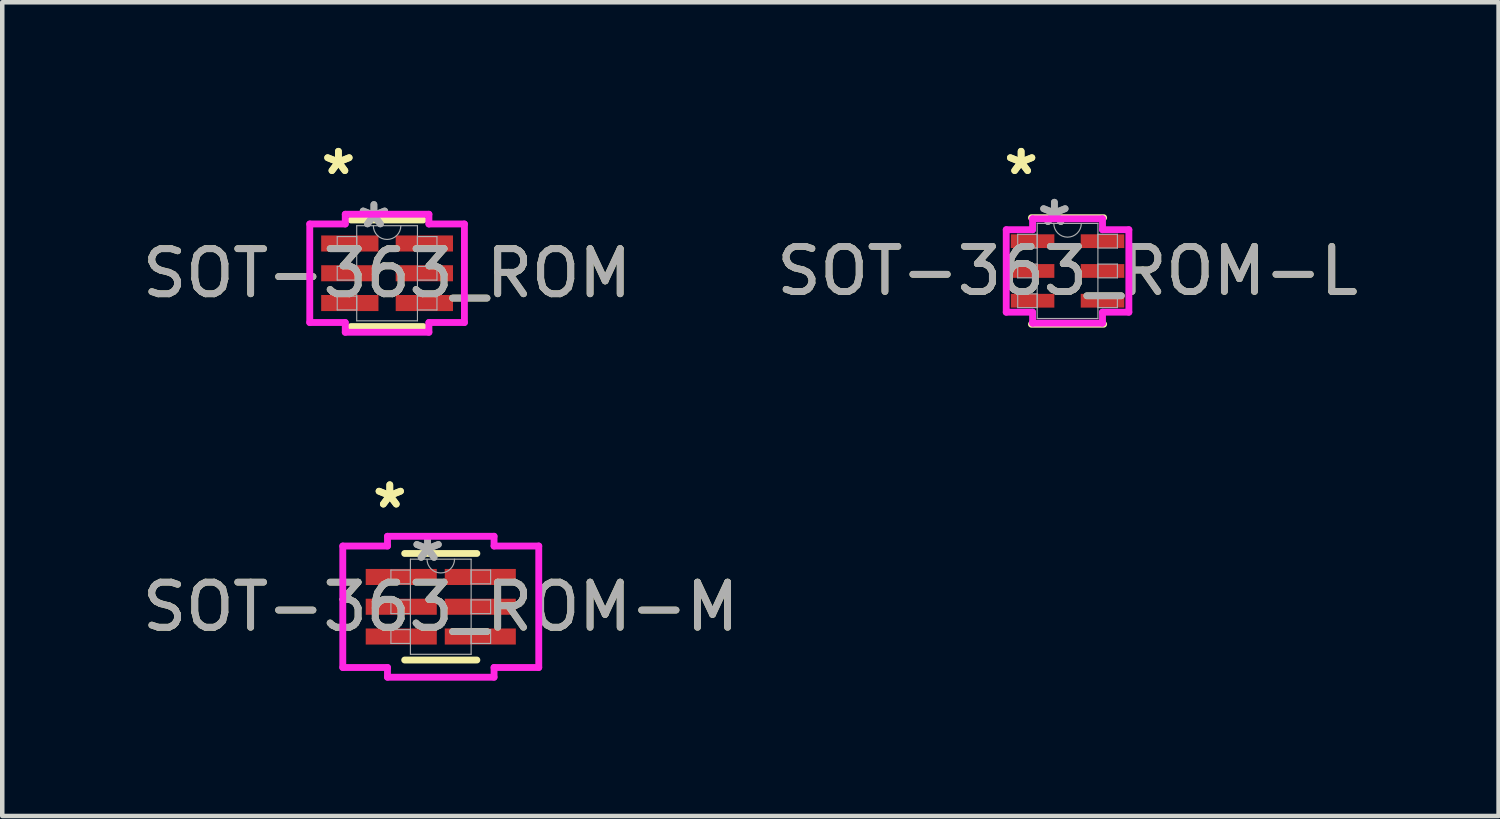
<source format=kicad_pcb>
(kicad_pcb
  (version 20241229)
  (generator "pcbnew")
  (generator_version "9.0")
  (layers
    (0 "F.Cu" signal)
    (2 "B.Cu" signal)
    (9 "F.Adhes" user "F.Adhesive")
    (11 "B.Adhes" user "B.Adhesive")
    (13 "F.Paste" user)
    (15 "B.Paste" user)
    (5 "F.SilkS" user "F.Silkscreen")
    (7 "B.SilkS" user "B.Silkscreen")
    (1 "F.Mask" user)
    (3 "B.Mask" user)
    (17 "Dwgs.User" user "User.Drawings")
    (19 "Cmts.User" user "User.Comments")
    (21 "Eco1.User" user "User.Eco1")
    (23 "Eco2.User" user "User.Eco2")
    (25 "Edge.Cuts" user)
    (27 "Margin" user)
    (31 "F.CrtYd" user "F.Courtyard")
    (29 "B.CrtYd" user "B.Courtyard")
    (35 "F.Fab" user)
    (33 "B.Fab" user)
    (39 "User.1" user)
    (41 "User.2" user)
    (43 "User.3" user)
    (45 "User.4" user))
  (footprint "SOT-363_ROM-L"
    (layer "F.Cu")
    (at 20.613 2.956)
    (property "Reference" "SOT-363_ROM-L" (at 0 0 0) (unlocked yes) (layer "F.SilkS") (effects (font (size 1 1) (thickness 0.15))))
    (attr smd)
    (fp_line (start -0.8 1.181) (end 0.8 1.181) (stroke (width 0.152) (type solid)) (layer "F.SilkS"))
    (fp_line (start 0.8 -1.181) (end -0.8 -1.181) (stroke (width 0.152) (type solid)) (layer "F.SilkS"))
    (fp_line (start -1.359 -0.914) (end -0.775 -0.914) (stroke (width 0.152) (type solid)) (layer "F.CrtYd"))
    (fp_line (start -1.359 0.914) (end -1.359 -0.914) (stroke (width 0.152) (type solid)) (layer "F.CrtYd"))
    (fp_line (start -1.359 0.914) (end -0.775 0.914) (stroke (width 0.152) (type solid)) (layer "F.CrtYd"))
    (fp_line (start -0.775 -1.156) (end 0.775 -1.156) (stroke (width 0.152) (type solid)) (layer "F.CrtYd"))
    (fp_line (start -0.775 -0.914) (end -0.775 -1.156) (stroke (width 0.152) (type solid)) (layer "F.CrtYd"))
    (fp_line (start -0.775 1.156) (end -0.775 0.914) (stroke (width 0.152) (type solid)) (layer "F.CrtYd"))
    (fp_line (start 0.775 -1.156) (end 0.775 -0.914) (stroke (width 0.152) (type solid)) (layer "F.CrtYd"))
    (fp_line (start 0.775 0.914) (end 0.775 1.156) (stroke (width 0.152) (type solid)) (layer "F.CrtYd"))
    (fp_line (start 0.775 1.156) (end -0.775 1.156) (stroke (width 0.152) (type solid)) (layer "F.CrtYd"))
    (fp_line (start 1.359 -0.914) (end 0.775 -0.914) (stroke (width 0.152) (type solid)) (layer "F.CrtYd"))
    (fp_line (start 1.359 -0.914) (end 1.359 0.914) (stroke (width 0.152) (type solid)) (layer "F.CrtYd"))
    (fp_line (start 1.359 0.914) (end 0.775 0.914) (stroke (width 0.152) (type solid)) (layer "F.CrtYd"))
    (fp_line (start -1.105 -0.813) (end -1.105 -0.508) (stroke (width 0.025) (type solid)) (layer "F.Fab"))
    (fp_line (start -1.105 -0.508) (end -0.673 -0.508) (stroke (width 0.025) (type solid)) (layer "F.Fab"))
    (fp_line (start -1.105 -0.152) (end -1.105 0.152) (stroke (width 0.025) (type solid)) (layer "F.Fab"))
    (fp_line (start -1.105 0.152) (end -0.673 0.152) (stroke (width 0.025) (type solid)) (layer "F.Fab"))
    (fp_line (start -1.105 0.508) (end -1.105 0.813) (stroke (width 0.025) (type solid)) (layer "F.Fab"))
    (fp_line (start -1.105 0.813) (end -0.673 0.813) (stroke (width 0.025) (type solid)) (layer "F.Fab"))
    (fp_line (start -0.673 -1.054) (end -0.673 1.054) (stroke (width 0.025) (type solid)) (layer "F.Fab"))
    (fp_line (start -0.673 -0.813) (end -1.105 -0.813) (stroke (width 0.025) (type solid)) (layer "F.Fab"))
    (fp_line (start -0.673 -0.508) (end -0.673 -0.813) (stroke (width 0.025) (type solid)) (layer "F.Fab"))
    (fp_line (start -0.673 -0.152) (end -1.105 -0.152) (stroke (width 0.025) (type solid)) (layer "F.Fab"))
    (fp_line (start -0.673 0.152) (end -0.673 -0.152) (stroke (width 0.025) (type solid)) (layer "F.Fab"))
    (fp_line (start -0.673 0.508) (end -1.105 0.508) (stroke (width 0.025) (type solid)) (layer "F.Fab"))
    (fp_line (start -0.673 0.813) (end -0.673 0.508) (stroke (width 0.025) (type solid)) (layer "F.Fab"))
    (fp_line (start -0.673 1.054) (end 0.673 1.054) (stroke (width 0.025) (type solid)) (layer "F.Fab"))
    (fp_line (start 0.673 -1.054) (end -0.673 -1.054) (stroke (width 0.025) (type solid)) (layer "F.Fab"))
    (fp_line (start 0.673 -0.813) (end 0.673 -0.508) (stroke (width 0.025) (type solid)) (layer "F.Fab"))
    (fp_line (start 0.673 -0.508) (end 1.105 -0.508) (stroke (width 0.025) (type solid)) (layer "F.Fab"))
    (fp_line (start 0.673 -0.152) (end 0.673 0.152) (stroke (width 0.025) (type solid)) (layer "F.Fab"))
    (fp_line (start 0.673 0.152) (end 1.105 0.152) (stroke (width 0.025) (type solid)) (layer "F.Fab"))
    (fp_line (start 0.673 0.508) (end 0.673 0.813) (stroke (width 0.025) (type solid)) (layer "F.Fab"))
    (fp_line (start 0.673 0.813) (end 1.105 0.813) (stroke (width 0.025) (type solid)) (layer "F.Fab"))
    (fp_line (start 0.673 1.054) (end 0.673 -1.054) (stroke (width 0.025) (type solid)) (layer "F.Fab"))
    (fp_line (start 1.105 -0.813) (end 0.673 -0.813) (stroke (width 0.025) (type solid)) (layer "F.Fab"))
    (fp_line (start 1.105 -0.508) (end 1.105 -0.813) (stroke (width 0.025) (type solid)) (layer "F.Fab"))
    (fp_line (start 1.105 -0.152) (end 0.673 -0.152) (stroke (width 0.025) (type solid)) (layer "F.Fab"))
    (fp_line (start 1.105 0.152) (end 1.105 -0.152) (stroke (width 0.025) (type solid)) (layer "F.Fab"))
    (fp_line (start 1.105 0.508) (end 0.673 0.508) (stroke (width 0.025) (type solid)) (layer "F.Fab"))
    (fp_line (start 1.105 0.813) (end 1.105 0.508) (stroke (width 0.025) (type solid)) (layer "F.Fab"))
    (fp_arc (start 0.3048 -1.0541) (mid 0 -0.7493) (end -0.3048 -1.0541) (stroke (width 0.0254) (type solid)) (layer "F.Fab"))
    (fp_text user "*" (at -1.029 -2.108 0) (unlocked yes) (layer "F.SilkS") (effects (font (size 1 1) (thickness 0.15))))
    (fp_text user "*" (at -1.029 -2.108 0) (layer "F.SilkS") (effects (font (size 1 1) (thickness 0.15))))
    (fp_text user "${REFERENCE}" (at 0 0 0) (unlocked yes) (layer "F.Fab") (effects (font (size 1 1) (thickness 0.15))))
    (fp_text user "*" (at -0.292 -0.978 0) (unlocked yes) (layer "F.Fab") (effects (font (size 1 1) (thickness 0.15))))
    (fp_text user "*" (at -0.292 -0.978 0) (layer "F.Fab") (effects (font (size 1 1) (thickness 0.15))))
    (pad "1" smd rect (at -0.775 -0.66) (size 0.965 0.305) (layers "F.Cu" "F.Mask" "F.Paste"))
    (pad "2" smd rect (at -0.775 0) (size 0.965 0.305) (layers "F.Cu" "F.Mask" "F.Paste"))
    (pad "3" smd rect (at -0.775 0.66) (size 0.965 0.305) (layers "F.Cu" "F.Mask" "F.Paste"))
    (pad "4" smd rect (at 0.775 0.66) (size 0.965 0.305) (layers "F.Cu" "F.Mask" "F.Paste"))
    (pad "5" smd rect (at 0.775 0) (size 0.965 0.305) (layers "F.Cu" "F.Mask" "F.Paste"))
    (pad "6" smd rect (at 0.775 -0.66) (size 0.965 0.305) (layers "F.Cu" "F.Mask" "F.Paste")))
  (footprint "SOT-363_ROM-M"
    (layer "F.Cu")
    (at 6.72 10.399)
    (property "Reference" "SOT-363_ROM-M" (at 0 0 0) (unlocked yes) (layer "F.SilkS") (effects (font (size 1 1) (thickness 0.15))))
    (attr smd)
    (fp_line (start -0.8 1.181) (end 0.8 1.181) (stroke (width 0.152) (type solid)) (layer "F.SilkS"))
    (fp_line (start 0.8 -1.181) (end -0.8 -1.181) (stroke (width 0.152) (type solid)) (layer "F.SilkS"))
    (fp_line (start -2.172 -1.346) (end -1.181 -1.346) (stroke (width 0.152) (type solid)) (layer "F.CrtYd"))
    (fp_line (start -2.172 1.346) (end -2.172 -1.346) (stroke (width 0.152) (type solid)) (layer "F.CrtYd"))
    (fp_line (start -2.172 1.346) (end -1.181 1.346) (stroke (width 0.152) (type solid)) (layer "F.CrtYd"))
    (fp_line (start -1.181 -1.562) (end 1.181 -1.562) (stroke (width 0.152) (type solid)) (layer "F.CrtYd"))
    (fp_line (start -1.181 -1.346) (end -1.181 -1.562) (stroke (width 0.152) (type solid)) (layer "F.CrtYd"))
    (fp_line (start -1.181 1.562) (end -1.181 1.346) (stroke (width 0.152) (type solid)) (layer "F.CrtYd"))
    (fp_line (start 1.181 -1.562) (end 1.181 -1.346) (stroke (width 0.152) (type solid)) (layer "F.CrtYd"))
    (fp_line (start 1.181 1.346) (end 1.181 1.562) (stroke (width 0.152) (type solid)) (layer "F.CrtYd"))
    (fp_line (start 1.181 1.562) (end -1.181 1.562) (stroke (width 0.152) (type solid)) (layer "F.CrtYd"))
    (fp_line (start 2.172 -1.346) (end 1.181 -1.346) (stroke (width 0.152) (type solid)) (layer "F.CrtYd"))
    (fp_line (start 2.172 -1.346) (end 2.172 1.346) (stroke (width 0.152) (type solid)) (layer "F.CrtYd"))
    (fp_line (start 2.172 1.346) (end 1.181 1.346) (stroke (width 0.152) (type solid)) (layer "F.CrtYd"))
    (fp_line (start -1.105 -0.813) (end -1.105 -0.508) (stroke (width 0.025) (type solid)) (layer "F.Fab"))
    (fp_line (start -1.105 -0.508) (end -0.673 -0.508) (stroke (width 0.025) (type solid)) (layer "F.Fab"))
    (fp_line (start -1.105 -0.152) (end -1.105 0.152) (stroke (width 0.025) (type solid)) (layer "F.Fab"))
    (fp_line (start -1.105 0.152) (end -0.673 0.152) (stroke (width 0.025) (type solid)) (layer "F.Fab"))
    (fp_line (start -1.105 0.508) (end -1.105 0.813) (stroke (width 0.025) (type solid)) (layer "F.Fab"))
    (fp_line (start -1.105 0.813) (end -0.673 0.813) (stroke (width 0.025) (type solid)) (layer "F.Fab"))
    (fp_line (start -0.673 -1.054) (end -0.673 1.054) (stroke (width 0.025) (type solid)) (layer "F.Fab"))
    (fp_line (start -0.673 -0.813) (end -1.105 -0.813) (stroke (width 0.025) (type solid)) (layer "F.Fab"))
    (fp_line (start -0.673 -0.508) (end -0.673 -0.813) (stroke (width 0.025) (type solid)) (layer "F.Fab"))
    (fp_line (start -0.673 -0.152) (end -1.105 -0.152) (stroke (width 0.025) (type solid)) (layer "F.Fab"))
    (fp_line (start -0.673 0.152) (end -0.673 -0.152) (stroke (width 0.025) (type solid)) (layer "F.Fab"))
    (fp_line (start -0.673 0.508) (end -1.105 0.508) (stroke (width 0.025) (type solid)) (layer "F.Fab"))
    (fp_line (start -0.673 0.813) (end -0.673 0.508) (stroke (width 0.025) (type solid)) (layer "F.Fab"))
    (fp_line (start -0.673 1.054) (end 0.673 1.054) (stroke (width 0.025) (type solid)) (layer "F.Fab"))
    (fp_line (start 0.673 -1.054) (end -0.673 -1.054) (stroke (width 0.025) (type solid)) (layer "F.Fab"))
    (fp_line (start 0.673 -0.813) (end 0.673 -0.508) (stroke (width 0.025) (type solid)) (layer "F.Fab"))
    (fp_line (start 0.673 -0.508) (end 1.105 -0.508) (stroke (width 0.025) (type solid)) (layer "F.Fab"))
    (fp_line (start 0.673 -0.152) (end 0.673 0.152) (stroke (width 0.025) (type solid)) (layer "F.Fab"))
    (fp_line (start 0.673 0.152) (end 1.105 0.152) (stroke (width 0.025) (type solid)) (layer "F.Fab"))
    (fp_line (start 0.673 0.508) (end 0.673 0.813) (stroke (width 0.025) (type solid)) (layer "F.Fab"))
    (fp_line (start 0.673 0.813) (end 1.105 0.813) (stroke (width 0.025) (type solid)) (layer "F.Fab"))
    (fp_line (start 0.673 1.054) (end 0.673 -1.054) (stroke (width 0.025) (type solid)) (layer "F.Fab"))
    (fp_line (start 1.105 -0.813) (end 0.673 -0.813) (stroke (width 0.025) (type solid)) (layer "F.Fab"))
    (fp_line (start 1.105 -0.508) (end 1.105 -0.813) (stroke (width 0.025) (type solid)) (layer "F.Fab"))
    (fp_line (start 1.105 -0.152) (end 0.673 -0.152) (stroke (width 0.025) (type solid)) (layer "F.Fab"))
    (fp_line (start 1.105 0.152) (end 1.105 -0.152) (stroke (width 0.025) (type solid)) (layer "F.Fab"))
    (fp_line (start 1.105 0.508) (end 0.673 0.508) (stroke (width 0.025) (type solid)) (layer "F.Fab"))
    (fp_line (start 1.105 0.813) (end 1.105 0.508) (stroke (width 0.025) (type solid)) (layer "F.Fab"))
    (fp_arc (start 0.3048 -1.0541) (mid 0 -0.7493) (end -0.3048 -1.0541) (stroke (width 0.0254) (type solid)) (layer "F.Fab"))
    (fp_text user "*" (at -1.13 -2.159 0) (layer "F.SilkS") (effects (font (size 1 1) (thickness 0.15))))
    (fp_text user "*" (at -1.13 -2.159 0) (unlocked yes) (layer "F.SilkS") (effects (font (size 1 1) (thickness 0.15))))
    (fp_text user "*" (at -0.292 -0.978 0) (unlocked yes) (layer "F.Fab") (effects (font (size 1 1) (thickness 0.15))))
    (fp_text user "*" (at -0.292 -0.978 0) (layer "F.Fab") (effects (font (size 1 1) (thickness 0.15))))
    (fp_text user "${REFERENCE}" (at 0 0 0) (unlocked yes) (layer "F.Fab") (effects (font (size 1 1) (thickness 0.15))))
    (pad "1" smd rect (at -0.876 -0.66) (size 1.575 0.356) (layers "F.Cu" "F.Mask" "F.Paste"))
    (pad "2" smd rect (at -0.876 0) (size 1.575 0.356) (layers "F.Cu" "F.Mask" "F.Paste"))
    (pad "3" smd rect (at -0.876 0.66) (size 1.575 0.356) (layers "F.Cu" "F.Mask" "F.Paste"))
    (pad "4" smd rect (at 0.876 0.66) (size 1.575 0.356) (layers "F.Cu" "F.Mask" "F.Paste"))
    (pad "5" smd rect (at 0.876 0) (size 1.575 0.356) (layers "F.Cu" "F.Mask" "F.Paste"))
    (pad "6" smd rect (at 0.876 -0.66) (size 1.575 0.356) (layers "F.Cu" "F.Mask" "F.Paste")))
  (footprint "SOT-363_ROM"
    (layer "F.Cu")
    (at 5.53 3.007)
    (property "Reference" "SOT-363_ROM" (at 0 0 0) (unlocked yes) (layer "F.SilkS") (effects (font (size 1 1) (thickness 0.15))))
    (attr smd)
    (fp_line (start -0.8 1.181) (end 0.8 1.181) (stroke (width 0.152) (type solid)) (layer "F.SilkS"))
    (fp_line (start 0.8 -1.181) (end -0.8 -1.181) (stroke (width 0.152) (type solid)) (layer "F.SilkS"))
    (fp_line (start -1.714 -1.092) (end -0.927 -1.092) (stroke (width 0.152) (type solid)) (layer "F.CrtYd"))
    (fp_line (start -1.714 1.092) (end -1.714 -1.092) (stroke (width 0.152) (type solid)) (layer "F.CrtYd"))
    (fp_line (start -1.714 1.092) (end -0.927 1.092) (stroke (width 0.152) (type solid)) (layer "F.CrtYd"))
    (fp_line (start -0.927 -1.308) (end 0.927 -1.308) (stroke (width 0.152) (type solid)) (layer "F.CrtYd"))
    (fp_line (start -0.927 -1.092) (end -0.927 -1.308) (stroke (width 0.152) (type solid)) (layer "F.CrtYd"))
    (fp_line (start -0.927 1.308) (end -0.927 1.092) (stroke (width 0.152) (type solid)) (layer "F.CrtYd"))
    (fp_line (start 0.927 -1.308) (end 0.927 -1.092) (stroke (width 0.152) (type solid)) (layer "F.CrtYd"))
    (fp_line (start 0.927 1.092) (end 0.927 1.308) (stroke (width 0.152) (type solid)) (layer "F.CrtYd"))
    (fp_line (start 0.927 1.308) (end -0.927 1.308) (stroke (width 0.152) (type solid)) (layer "F.CrtYd"))
    (fp_line (start 1.714 -1.092) (end 0.927 -1.092) (stroke (width 0.152) (type solid)) (layer "F.CrtYd"))
    (fp_line (start 1.714 -1.092) (end 1.714 1.092) (stroke (width 0.152) (type solid)) (layer "F.CrtYd"))
    (fp_line (start 1.714 1.092) (end 0.927 1.092) (stroke (width 0.152) (type solid)) (layer "F.CrtYd"))
    (fp_line (start -1.105 -0.813) (end -1.105 -0.508) (stroke (width 0.025) (type solid)) (layer "F.Fab"))
    (fp_line (start -1.105 -0.508) (end -0.673 -0.508) (stroke (width 0.025) (type solid)) (layer "F.Fab"))
    (fp_line (start -1.105 -0.152) (end -1.105 0.152) (stroke (width 0.025) (type solid)) (layer "F.Fab"))
    (fp_line (start -1.105 0.152) (end -0.673 0.152) (stroke (width 0.025) (type solid)) (layer "F.Fab"))
    (fp_line (start -1.105 0.508) (end -1.105 0.813) (stroke (width 0.025) (type solid)) (layer "F.Fab"))
    (fp_line (start -1.105 0.813) (end -0.673 0.813) (stroke (width 0.025) (type solid)) (layer "F.Fab"))
    (fp_line (start -0.673 -1.054) (end -0.673 1.054) (stroke (width 0.025) (type solid)) (layer "F.Fab"))
    (fp_line (start -0.673 -0.813) (end -1.105 -0.813) (stroke (width 0.025) (type solid)) (layer "F.Fab"))
    (fp_line (start -0.673 -0.508) (end -0.673 -0.813) (stroke (width 0.025) (type solid)) (layer "F.Fab"))
    (fp_line (start -0.673 -0.152) (end -1.105 -0.152) (stroke (width 0.025) (type solid)) (layer "F.Fab"))
    (fp_line (start -0.673 0.152) (end -0.673 -0.152) (stroke (width 0.025) (type solid)) (layer "F.Fab"))
    (fp_line (start -0.673 0.508) (end -1.105 0.508) (stroke (width 0.025) (type solid)) (layer "F.Fab"))
    (fp_line (start -0.673 0.813) (end -0.673 0.508) (stroke (width 0.025) (type solid)) (layer "F.Fab"))
    (fp_line (start -0.673 1.054) (end 0.673 1.054) (stroke (width 0.025) (type solid)) (layer "F.Fab"))
    (fp_line (start 0.673 -1.054) (end -0.673 -1.054) (stroke (width 0.025) (type solid)) (layer "F.Fab"))
    (fp_line (start 0.673 -0.813) (end 0.673 -0.508) (stroke (width 0.025) (type solid)) (layer "F.Fab"))
    (fp_line (start 0.673 -0.508) (end 1.105 -0.508) (stroke (width 0.025) (type solid)) (layer "F.Fab"))
    (fp_line (start 0.673 -0.152) (end 0.673 0.152) (stroke (width 0.025) (type solid)) (layer "F.Fab"))
    (fp_line (start 0.673 0.152) (end 1.105 0.152) (stroke (width 0.025) (type solid)) (layer "F.Fab"))
    (fp_line (start 0.673 0.508) (end 0.673 0.813) (stroke (width 0.025) (type solid)) (layer "F.Fab"))
    (fp_line (start 0.673 0.813) (end 1.105 0.813) (stroke (width 0.025) (type solid)) (layer "F.Fab"))
    (fp_line (start 0.673 1.054) (end 0.673 -1.054) (stroke (width 0.025) (type solid)) (layer "F.Fab"))
    (fp_line (start 1.105 -0.813) (end 0.673 -0.813) (stroke (width 0.025) (type solid)) (layer "F.Fab"))
    (fp_line (start 1.105 -0.508) (end 1.105 -0.813) (stroke (width 0.025) (type solid)) (layer "F.Fab"))
    (fp_line (start 1.105 -0.152) (end 0.673 -0.152) (stroke (width 0.025) (type solid)) (layer "F.Fab"))
    (fp_line (start 1.105 0.152) (end 1.105 -0.152) (stroke (width 0.025) (type solid)) (layer "F.Fab"))
    (fp_line (start 1.105 0.508) (end 0.673 0.508) (stroke (width 0.025) (type solid)) (layer "F.Fab"))
    (fp_line (start 1.105 0.813) (end 1.105 0.508) (stroke (width 0.025) (type solid)) (layer "F.Fab"))
    (fp_arc (start 0.3048 -1.0541) (mid 0 -0.7493) (end -0.3048 -1.0541) (stroke (width 0.0254) (type solid)) (layer "F.Fab"))
    (fp_text user "*" (at -1.079 -2.159 0) (layer "F.SilkS") (effects (font (size 1 1) (thickness 0.15))))
    (fp_text user "*" (at -1.079 -2.159 0) (unlocked yes) (layer "F.SilkS") (effects (font (size 1 1) (thickness 0.15))))
    (fp_text user "*" (at -0.292 -0.978 0) (unlocked yes) (layer "F.Fab") (effects (font (size 1 1) (thickness 0.15))))
    (fp_text user "${REFERENCE}" (at 0 0 0) (unlocked yes) (layer "F.Fab") (effects (font (size 1 1) (thickness 0.15))))
    (fp_text user "*" (at -0.292 -0.978 0) (layer "F.Fab") (effects (font (size 1 1) (thickness 0.15))))
    (pad "1" smd rect (at -0.826 -0.66) (size 1.27 0.356) (layers "F.Cu" "F.Mask" "F.Paste"))
    (pad "2" smd rect (at -0.826 0) (size 1.27 0.356) (layers "F.Cu" "F.Mask" "F.Paste"))
    (pad "3" smd rect (at -0.826 0.66) (size 1.27 0.356) (layers "F.Cu" "F.Mask" "F.Paste"))
    (pad "4" smd rect (at 0.826 0.66) (size 1.27 0.356) (layers "F.Cu" "F.Mask" "F.Paste"))
    (pad "5" smd rect (at 0.826 0) (size 1.27 0.356) (layers "F.Cu" "F.Mask" "F.Paste"))
    (pad "6" smd rect (at 0.826 -0.66) (size 1.27 0.356) (layers "F.Cu" "F.Mask" "F.Paste")))
  (gr_rect
    (start -3 -3)
    (end 30.167 15.037)
    (stroke (width 0.1) (type default))
    (fill no)
    (layer "Edge.Cuts")))
</source>
